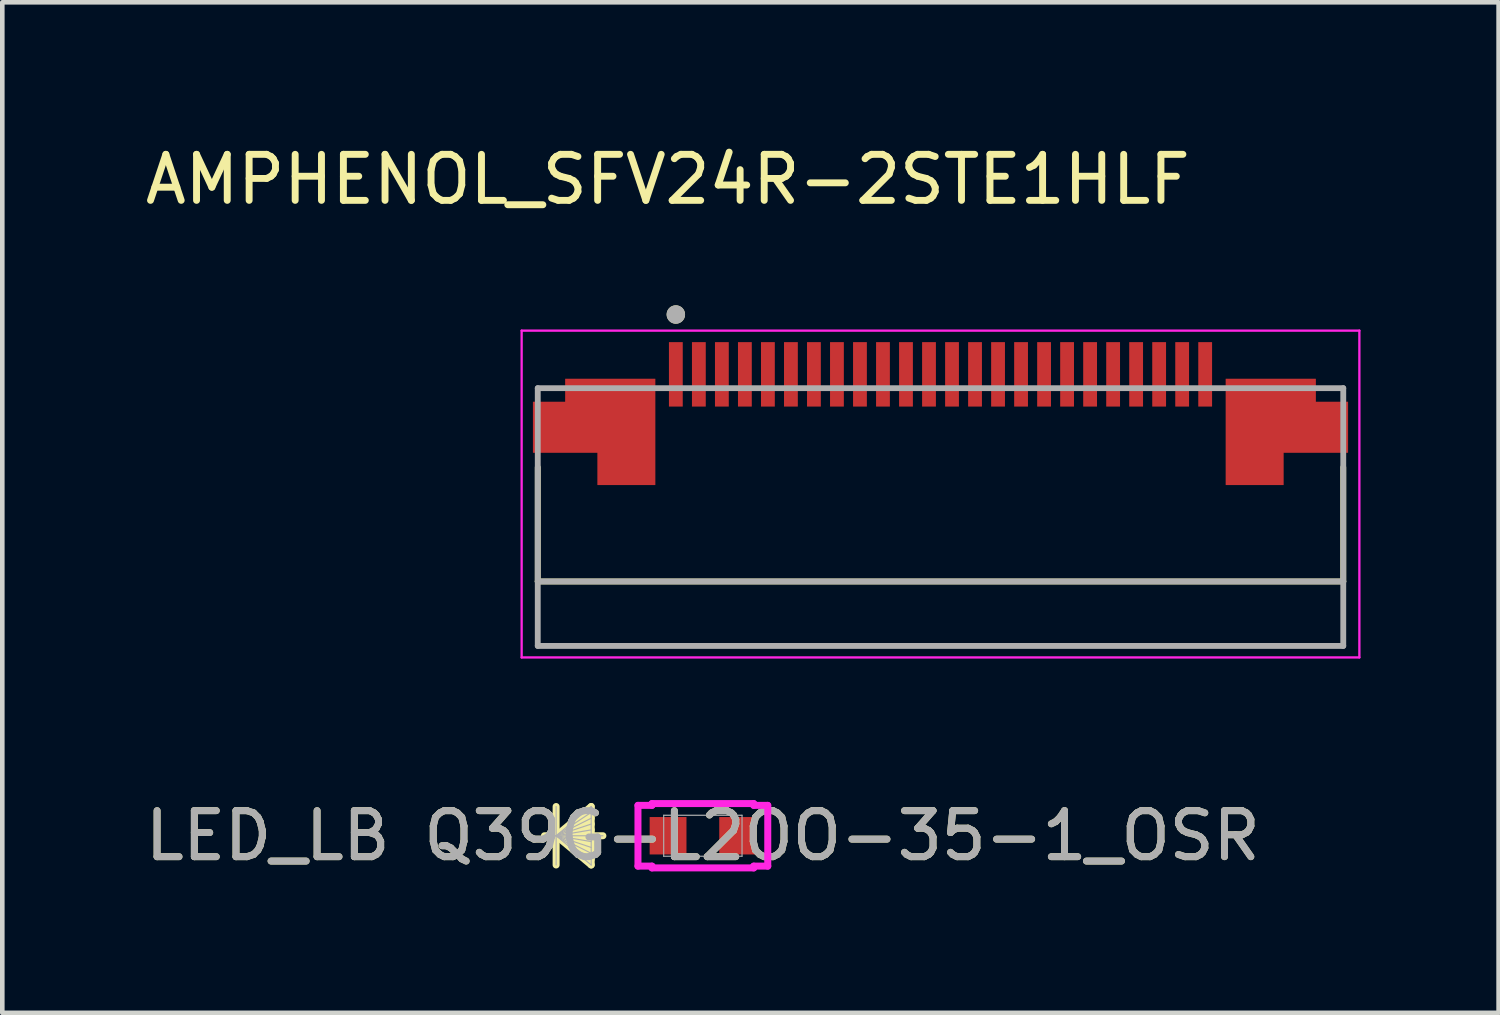
<source format=kicad_pcb>
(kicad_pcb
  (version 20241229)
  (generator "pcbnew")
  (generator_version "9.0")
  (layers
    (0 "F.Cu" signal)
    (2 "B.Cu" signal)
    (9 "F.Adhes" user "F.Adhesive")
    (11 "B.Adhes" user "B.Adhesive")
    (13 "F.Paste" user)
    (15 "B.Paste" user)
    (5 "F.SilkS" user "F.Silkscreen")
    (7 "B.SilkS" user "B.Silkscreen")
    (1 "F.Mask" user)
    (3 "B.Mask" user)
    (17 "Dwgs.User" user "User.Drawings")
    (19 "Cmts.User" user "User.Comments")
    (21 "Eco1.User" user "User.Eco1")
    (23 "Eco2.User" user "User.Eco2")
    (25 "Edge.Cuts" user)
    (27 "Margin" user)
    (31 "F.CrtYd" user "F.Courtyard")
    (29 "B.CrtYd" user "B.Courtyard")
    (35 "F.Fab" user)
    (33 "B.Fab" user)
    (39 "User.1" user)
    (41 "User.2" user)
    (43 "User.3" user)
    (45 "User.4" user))
  (footprint "AMPHENOL_SFV24R-2STE1HLF"
    (layer "F.Cu")
    (at 17.383 7.483)
    (property "Reference" "AMPHENOL_SFV24R-2STE1HLF" (at -5.925 -6.635 0) (layer "F.SilkS") (effects (font (size 1 1) (thickness 0.15))))
    (attr smd)
    (fp_poly (pts (xy -8.95 -1.9) (xy -8.95 -0.6) (xy -7.55 -0.6) (xy -7.55 0.1) (xy -6.1 0.1) (xy -6.1 -2.4) (xy -8.25 -2.4) (xy -8.25 -1.9)) (stroke (width 0.01) (type solid)) (fill yes) (layer "F.Mask"))
    (fp_poly (pts (xy 8.95 -1.9) (xy 8.95 -0.6) (xy 7.55 -0.6) (xy 7.55 0.1) (xy 6.1 0.1) (xy 6.1 -2.4) (xy 8.25 -2.4) (xy 8.25 -1.9)) (stroke (width 0.01) (type solid)) (fill yes) (layer "F.Mask"))
    (fp_line (start -8.75 -0.38) (end -8.75 2.1) (stroke (width 0.127) (type solid)) (layer "F.SilkS"))
    (fp_line (start -8.75 2.1) (end 8.75 2.1) (stroke (width 0.127) (type solid)) (layer "F.SilkS"))
    (fp_line (start 8.75 2.1) (end 8.75 -0.38) (stroke (width 0.127) (type solid)) (layer "F.SilkS"))
    (fp_circle (center -5.75 -3.7) (end -5.65 -3.7) (stroke (width 0.2) (type solid)) (fill no) (layer "F.SilkS"))
    (fp_poly (pts (xy -8.85 -1.8) (xy -8.85 -0.7) (xy -7.45 -0.7) (xy -7.45 0) (xy -6.2 0) (xy -6.2 -2.3) (xy -8.15 -2.3) (xy -8.15 -1.8)) (stroke (width 0.01) (type solid)) (fill yes) (layer "F.Paste"))
    (fp_poly (pts (xy 8.85 -1.8) (xy 8.85 -0.7) (xy 7.45 -0.7) (xy 7.45 0) (xy 6.2 0) (xy 6.2 -2.3) (xy 8.15 -2.3) (xy 8.15 -1.8)) (stroke (width 0.01) (type solid)) (fill yes) (layer "F.Paste"))
    (fp_line (start -9.1 -3.35) (end -9.1 3.75) (stroke (width 0.05) (type solid)) (layer "F.CrtYd"))
    (fp_line (start -9.1 3.75) (end 9.1 3.75) (stroke (width 0.05) (type solid)) (layer "F.CrtYd"))
    (fp_line (start 9.1 -3.35) (end -9.1 -3.35) (stroke (width 0.05) (type solid)) (layer "F.CrtYd"))
    (fp_line (start 9.1 3.75) (end 9.1 -3.35) (stroke (width 0.05) (type solid)) (layer "F.CrtYd"))
    (fp_line (start -8.75 -2.1) (end -8.75 2.1) (stroke (width 0.127) (type solid)) (layer "F.Fab"))
    (fp_line (start -8.75 2.1) (end -8.75 3.5) (stroke (width 0.127) (type solid)) (layer "F.Fab"))
    (fp_line (start -8.75 2.1) (end 8.75 2.1) (stroke (width 0.127) (type solid)) (layer "F.Fab"))
    (fp_line (start -8.75 3.5) (end 8.75 3.5) (stroke (width 0.127) (type solid)) (layer "F.Fab"))
    (fp_line (start 8.75 -2.1) (end -8.75 -2.1) (stroke (width 0.127) (type solid)) (layer "F.Fab"))
    (fp_line (start 8.75 2.1) (end 8.75 -2.1) (stroke (width 0.127) (type solid)) (layer "F.Fab"))
    (fp_line (start 8.75 3.5) (end 8.75 2.1) (stroke (width 0.127) (type solid)) (layer "F.Fab"))
    (fp_circle (center -5.75 -3.7) (end -5.65 -3.7) (stroke (width 0.2) (type solid)) (fill no) (layer "F.Fab"))
    (pad "1" smd rect (at -5.75 -2.4) (size 0.3 1.4) (layers "F.Cu" "F.Mask" "F.Paste"))
    (pad "2" smd rect (at -5.25 -2.4) (size 0.3 1.4) (layers "F.Cu" "F.Mask" "F.Paste"))
    (pad "3" smd rect (at -4.75 -2.4) (size 0.3 1.4) (layers "F.Cu" "F.Mask" "F.Paste"))
    (pad "4" smd rect (at -4.25 -2.4) (size 0.3 1.4) (layers "F.Cu" "F.Mask" "F.Paste"))
    (pad "5" smd rect (at -3.75 -2.4) (size 0.3 1.4) (layers "F.Cu" "F.Mask" "F.Paste"))
    (pad "6" smd rect (at -3.25 -2.4) (size 0.3 1.4) (layers "F.Cu" "F.Mask" "F.Paste"))
    (pad "7" smd rect (at -2.75 -2.4) (size 0.3 1.4) (layers "F.Cu" "F.Mask" "F.Paste"))
    (pad "8" smd rect (at -2.25 -2.4) (size 0.3 1.4) (layers "F.Cu" "F.Mask" "F.Paste"))
    (pad "9" smd rect (at -1.75 -2.4) (size 0.3 1.4) (layers "F.Cu" "F.Mask" "F.Paste"))
    (pad "10" smd rect (at -1.25 -2.4) (size 0.3 1.4) (layers "F.Cu" "F.Mask" "F.Paste"))
    (pad "11" smd rect (at -0.75 -2.4) (size 0.3 1.4) (layers "F.Cu" "F.Mask" "F.Paste"))
    (pad "12" smd rect (at -0.25 -2.4) (size 0.3 1.4) (layers "F.Cu" "F.Mask" "F.Paste"))
    (pad "13" smd rect (at 0.25 -2.4) (size 0.3 1.4) (layers "F.Cu" "F.Mask" "F.Paste"))
    (pad "14" smd rect (at 0.75 -2.4) (size 0.3 1.4) (layers "F.Cu" "F.Mask" "F.Paste"))
    (pad "15" smd rect (at 1.25 -2.4) (size 0.3 1.4) (layers "F.Cu" "F.Mask" "F.Paste"))
    (pad "16" smd rect (at 1.75 -2.4) (size 0.3 1.4) (layers "F.Cu" "F.Mask" "F.Paste"))
    (pad "17" smd rect (at 2.25 -2.4) (size 0.3 1.4) (layers "F.Cu" "F.Mask" "F.Paste"))
    (pad "18" smd rect (at 2.75 -2.4) (size 0.3 1.4) (layers "F.Cu" "F.Mask" "F.Paste"))
    (pad "19" smd rect (at 3.25 -2.4) (size 0.3 1.4) (layers "F.Cu" "F.Mask" "F.Paste"))
    (pad "20" smd rect (at 3.75 -2.4) (size 0.3 1.4) (layers "F.Cu" "F.Mask" "F.Paste"))
    (pad "21" smd rect (at 4.25 -2.4) (size 0.3 1.4) (layers "F.Cu" "F.Mask" "F.Paste"))
    (pad "22" smd rect (at 4.75 -2.4) (size 0.3 1.4) (layers "F.Cu" "F.Mask" "F.Paste"))
    (pad "23" smd rect (at 5.25 -2.4) (size 0.3 1.4) (layers "F.Cu" "F.Mask" "F.Paste"))
    (pad "24" smd rect (at 5.75 -2.4) (size 0.3 1.4) (layers "F.Cu" "F.Mask" "F.Paste"))
    (pad "S1" smd custom (at -7.525 -1.4) (size 1 1) (layers "F.Cu") (options (anchor rect)) (primitives (gr_poly (pts (xy -1.325 -0.4) (xy -1.325 0.7) (xy 0.075 0.7) (xy 0.075 1.4) (xy 1.325 1.4) (xy 1.325 -0.9) (xy -0.625 -0.9) (xy -0.625 -0.4)) (width 0.01) (fill yes))))
    (pad "S2" smd custom (at 7.525 -1.4) (size 1 1) (layers "F.Cu") (options (anchor rect)) (primitives (gr_poly (pts (xy 1.325 -0.4) (xy 1.325 0.7) (xy -0.075 0.7) (xy -0.075 1.4) (xy -1.325 1.4) (xy -1.325 -0.9) (xy 0.625 -0.9) (xy 0.625 -0.4)) (width 0.01) (fill yes)))))
  (footprint "LED_LB Q39G-L2OO-35-1_OSR"
    (layer "F.Cu")
    (at 12.22 15.107)
    (property "Reference" "LED_LB Q39G-L2OO-35-1_OSR" (at 0 0 0) (unlocked yes) (layer "F.SilkS") (effects (font (size 1 1) (thickness 0.15))))
    (attr smd)
    (fp_line (start -3.188 -0.635) (end -3.188 0.635) (stroke (width 0.152) (type solid)) (layer "F.SilkS"))
    (fp_line (start -3.188 0) (end -2.426 -0.635) (stroke (width 0.152) (type solid)) (layer "F.SilkS"))
    (fp_line (start -3.188 0) (end -2.426 -0.508) (stroke (width 0.152) (type solid)) (layer "F.SilkS"))
    (fp_line (start -3.188 0) (end -2.426 -0.381) (stroke (width 0.152) (type solid)) (layer "F.SilkS"))
    (fp_line (start -3.188 0) (end -2.426 -0.254) (stroke (width 0.152) (type solid)) (layer "F.SilkS"))
    (fp_line (start -3.188 0) (end -2.426 -0.127) (stroke (width 0.152) (type solid)) (layer "F.SilkS"))
    (fp_line (start -3.188 0) (end -2.426 0.127) (stroke (width 0.152) (type solid)) (layer "F.SilkS"))
    (fp_line (start -3.188 0) (end -2.426 0.254) (stroke (width 0.152) (type solid)) (layer "F.SilkS"))
    (fp_line (start -3.188 0) (end -2.426 0.381) (stroke (width 0.152) (type solid)) (layer "F.SilkS"))
    (fp_line (start -3.188 0) (end -2.426 0.508) (stroke (width 0.152) (type solid)) (layer "F.SilkS"))
    (fp_line (start -3.188 0) (end -2.426 0.635) (stroke (width 0.152) (type solid)) (layer "F.SilkS"))
    (fp_line (start -2.426 -0.635) (end -2.426 0.635) (stroke (width 0.152) (type solid)) (layer "F.SilkS"))
    (fp_line (start -2.172 0) (end -3.442 0) (stroke (width 0.152) (type solid)) (layer "F.SilkS"))
    (fp_line (start -1.41 -0.66) (end -1.105 -0.66) (stroke (width 0.152) (type solid)) (layer "F.CrtYd"))
    (fp_line (start -1.41 0.66) (end -1.41 -0.66) (stroke (width 0.152) (type solid)) (layer "F.CrtYd"))
    (fp_line (start -1.105 -0.699) (end 1.105 -0.699) (stroke (width 0.152) (type solid)) (layer "F.CrtYd"))
    (fp_line (start -1.105 -0.66) (end -1.105 -0.699) (stroke (width 0.152) (type solid)) (layer "F.CrtYd"))
    (fp_line (start -1.105 0.66) (end -1.41 0.66) (stroke (width 0.152) (type solid)) (layer "F.CrtYd"))
    (fp_line (start -1.105 0.699) (end -1.105 0.66) (stroke (width 0.152) (type solid)) (layer "F.CrtYd"))
    (fp_line (start 1.105 -0.699) (end 1.105 -0.66) (stroke (width 0.152) (type solid)) (layer "F.CrtYd"))
    (fp_line (start 1.105 -0.66) (end 1.41 -0.66) (stroke (width 0.152) (type solid)) (layer "F.CrtYd"))
    (fp_line (start 1.105 0.66) (end 1.105 0.699) (stroke (width 0.152) (type solid)) (layer "F.CrtYd"))
    (fp_line (start 1.105 0.699) (end -1.105 0.699) (stroke (width 0.152) (type solid)) (layer "F.CrtYd"))
    (fp_line (start 1.41 -0.66) (end 1.41 0.66) (stroke (width 0.152) (type solid)) (layer "F.CrtYd"))
    (fp_line (start 1.41 0.66) (end 1.105 0.66) (stroke (width 0.152) (type solid)) (layer "F.CrtYd"))
    (fp_line (start -3.188 -0.635) (end -3.188 0.635) (stroke (width 0.025) (type solid)) (layer "F.Fab"))
    (fp_line (start -3.188 0) (end -2.426 -0.635) (stroke (width 0.025) (type solid)) (layer "F.Fab"))
    (fp_line (start -3.188 0) (end -2.426 -0.508) (stroke (width 0.025) (type solid)) (layer "F.Fab"))
    (fp_line (start -3.188 0) (end -2.426 -0.381) (stroke (width 0.025) (type solid)) (layer "F.Fab"))
    (fp_line (start -3.188 0) (end -2.426 -0.254) (stroke (width 0.025) (type solid)) (layer "F.Fab"))
    (fp_line (start -3.188 0) (end -2.426 -0.127) (stroke (width 0.025) (type solid)) (layer "F.Fab"))
    (fp_line (start -3.188 0) (end -2.426 0.127) (stroke (width 0.025) (type solid)) (layer "F.Fab"))
    (fp_line (start -3.188 0) (end -2.426 0.254) (stroke (width 0.025) (type solid)) (layer "F.Fab"))
    (fp_line (start -3.188 0) (end -2.426 0.381) (stroke (width 0.025) (type solid)) (layer "F.Fab"))
    (fp_line (start -3.188 0) (end -2.426 0.508) (stroke (width 0.025) (type solid)) (layer "F.Fab"))
    (fp_line (start -3.188 0) (end -2.426 0.635) (stroke (width 0.025) (type solid)) (layer "F.Fab"))
    (fp_line (start -2.426 -0.635) (end -2.426 0.635) (stroke (width 0.025) (type solid)) (layer "F.Fab"))
    (fp_line (start -2.172 0) (end -3.442 0) (stroke (width 0.025) (type solid)) (layer "F.Fab"))
    (fp_line (start -0.851 -0.445) (end -0.851 0.445) (stroke (width 0.025) (type solid)) (layer "F.Fab"))
    (fp_line (start -0.851 0.445) (end 0.851 0.445) (stroke (width 0.025) (type solid)) (layer "F.Fab"))
    (fp_line (start 0.851 -0.445) (end -0.851 -0.445) (stroke (width 0.025) (type solid)) (layer "F.Fab"))
    (fp_line (start 0.851 0.445) (end 0.851 -0.445) (stroke (width 0.025) (type solid)) (layer "F.Fab"))
    (fp_text user "${REFERENCE}" (at 0 0 0) (unlocked yes) (layer "F.Fab") (effects (font (size 1 1) (thickness 0.15))))
    (pad "1" smd rect (at -0.756 0) (size 0.8 0.813) (layers "F.Cu" "F.Mask" "F.Paste"))
    (pad "2" smd rect (at 0.756 0) (size 0.8 0.813) (layers "F.Cu" "F.Mask" "F.Paste"))
    (zone (net_name "") (layer "F.Cu") (hatch full 0.508) (connect_pads) (min_thickness 0.254) (filled_areas_thickness no) (keepout (tracks not_allowed) (vias not_allowed) (pads allowed) (copperpour not_allowed) (footprints allowed)) (placement (enabled no)) (fill) (polygon (pts (xy 11.915 14.713) (xy 12.525 14.713) (xy 12.525 15.5) (xy 11.915 15.5)))))
  (gr_rect
    (start -3 -3)
    (end 29.508 18.955)
    (stroke (width 0.1) (type default))
    (fill no)
    (layer "Edge.Cuts")))
</source>
